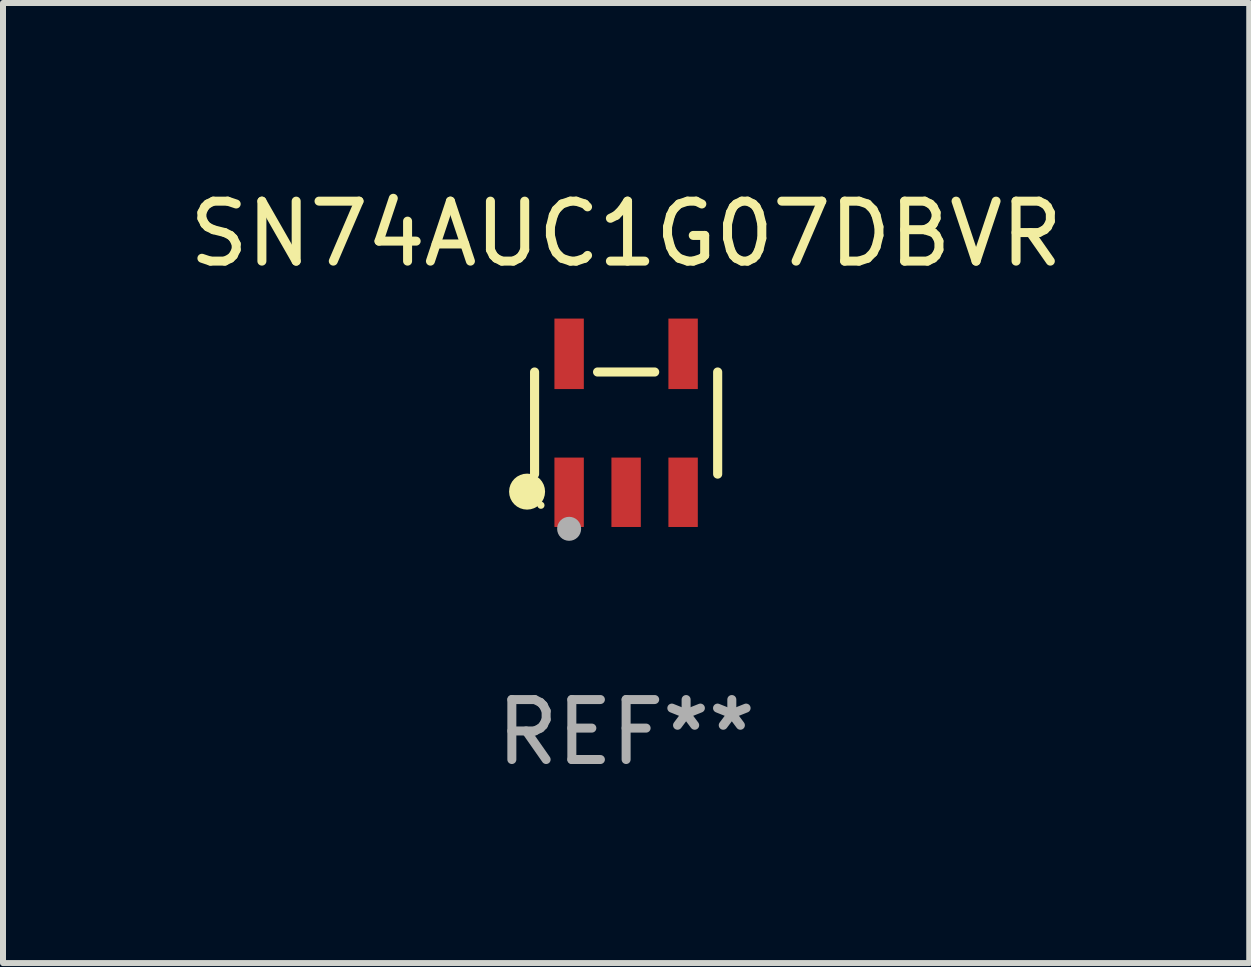
<source format=kicad_pcb>
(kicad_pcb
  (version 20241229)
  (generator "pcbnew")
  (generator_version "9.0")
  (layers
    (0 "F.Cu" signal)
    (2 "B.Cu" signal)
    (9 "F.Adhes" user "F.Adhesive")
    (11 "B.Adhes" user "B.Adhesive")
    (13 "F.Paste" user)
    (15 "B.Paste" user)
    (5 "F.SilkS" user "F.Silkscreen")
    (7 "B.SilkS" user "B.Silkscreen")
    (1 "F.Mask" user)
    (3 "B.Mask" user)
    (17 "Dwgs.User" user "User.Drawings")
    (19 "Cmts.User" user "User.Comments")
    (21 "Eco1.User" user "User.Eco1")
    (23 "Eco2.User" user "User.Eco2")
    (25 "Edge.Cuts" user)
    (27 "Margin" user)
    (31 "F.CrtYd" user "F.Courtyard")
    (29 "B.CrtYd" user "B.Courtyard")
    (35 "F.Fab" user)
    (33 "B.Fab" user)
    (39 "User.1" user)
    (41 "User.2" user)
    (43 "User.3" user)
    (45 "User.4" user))
  (footprint "SN74AUC1G07DBVR"
    (layer "F.Cu")
    (at 7.387 4.002)
    (property "Reference" "SN74AUC1G07DBVR" (at 0 -3.154 0) (layer "F.SilkS") (effects (font (size 1 1) (thickness 0.15))))
    (attr through_hole)
    (fp_line (start -1.526 0.851) (end -1.526 -0.851) (stroke (width 0.152) (type solid)) (layer "F.SilkS"))
    (fp_line (start 0.476 -0.851) (end -0.476 -0.851) (stroke (width 0.152) (type solid)) (layer "F.SilkS"))
    (fp_line (start 1.526 0.851) (end 1.526 -0.851) (stroke (width 0.152) (type solid)) (layer "F.SilkS"))
    (fp_circle (center -1.651 1.143) (end -1.501 1.143) (stroke (width 0.3) (type solid)) (fill no) (layer "F.SilkS"))
    (fp_circle (center -1.42 1.37) (end -1.39 1.37) (stroke (width 0.06) (type solid)) (fill no) (layer "F.SilkS"))
    (fp_circle (center -0.95 1.763) (end -0.85 1.763) (stroke (width 0.2) (type solid)) (fill no) (layer "F.Fab"))
    (fp_text user "REF**" (at 0 5.154 0) (layer "F.Fab") (effects (font (size 1 1) (thickness 0.15))))
    (pad "1" smd rect (at -0.95 1.154) (size 0.49 1.157) (layers "F.Cu" "F.Mask" "F.Paste"))
    (pad "2" smd rect (at 0 1.154) (size 0.49 1.157) (layers "F.Cu" "F.Mask" "F.Paste"))
    (pad "3" smd rect (at 0.95 1.154) (size 0.49 1.157) (layers "F.Cu" "F.Mask" "F.Paste"))
    (pad "4" smd rect (at 0.95 -1.154) (size 0.49 1.175) (layers "F.Cu" "F.Mask" "F.Paste"))
    (pad "5" smd rect (at -0.95 -1.154) (size 0.49 1.175) (layers "F.Cu" "F.Mask" "F.Paste")))
  (gr_rect
    (start -3 -3)
    (end 17.774 13.004)
    (stroke (width 0.1) (type default))
    (fill no)
    (layer "Edge.Cuts")))
</source>
